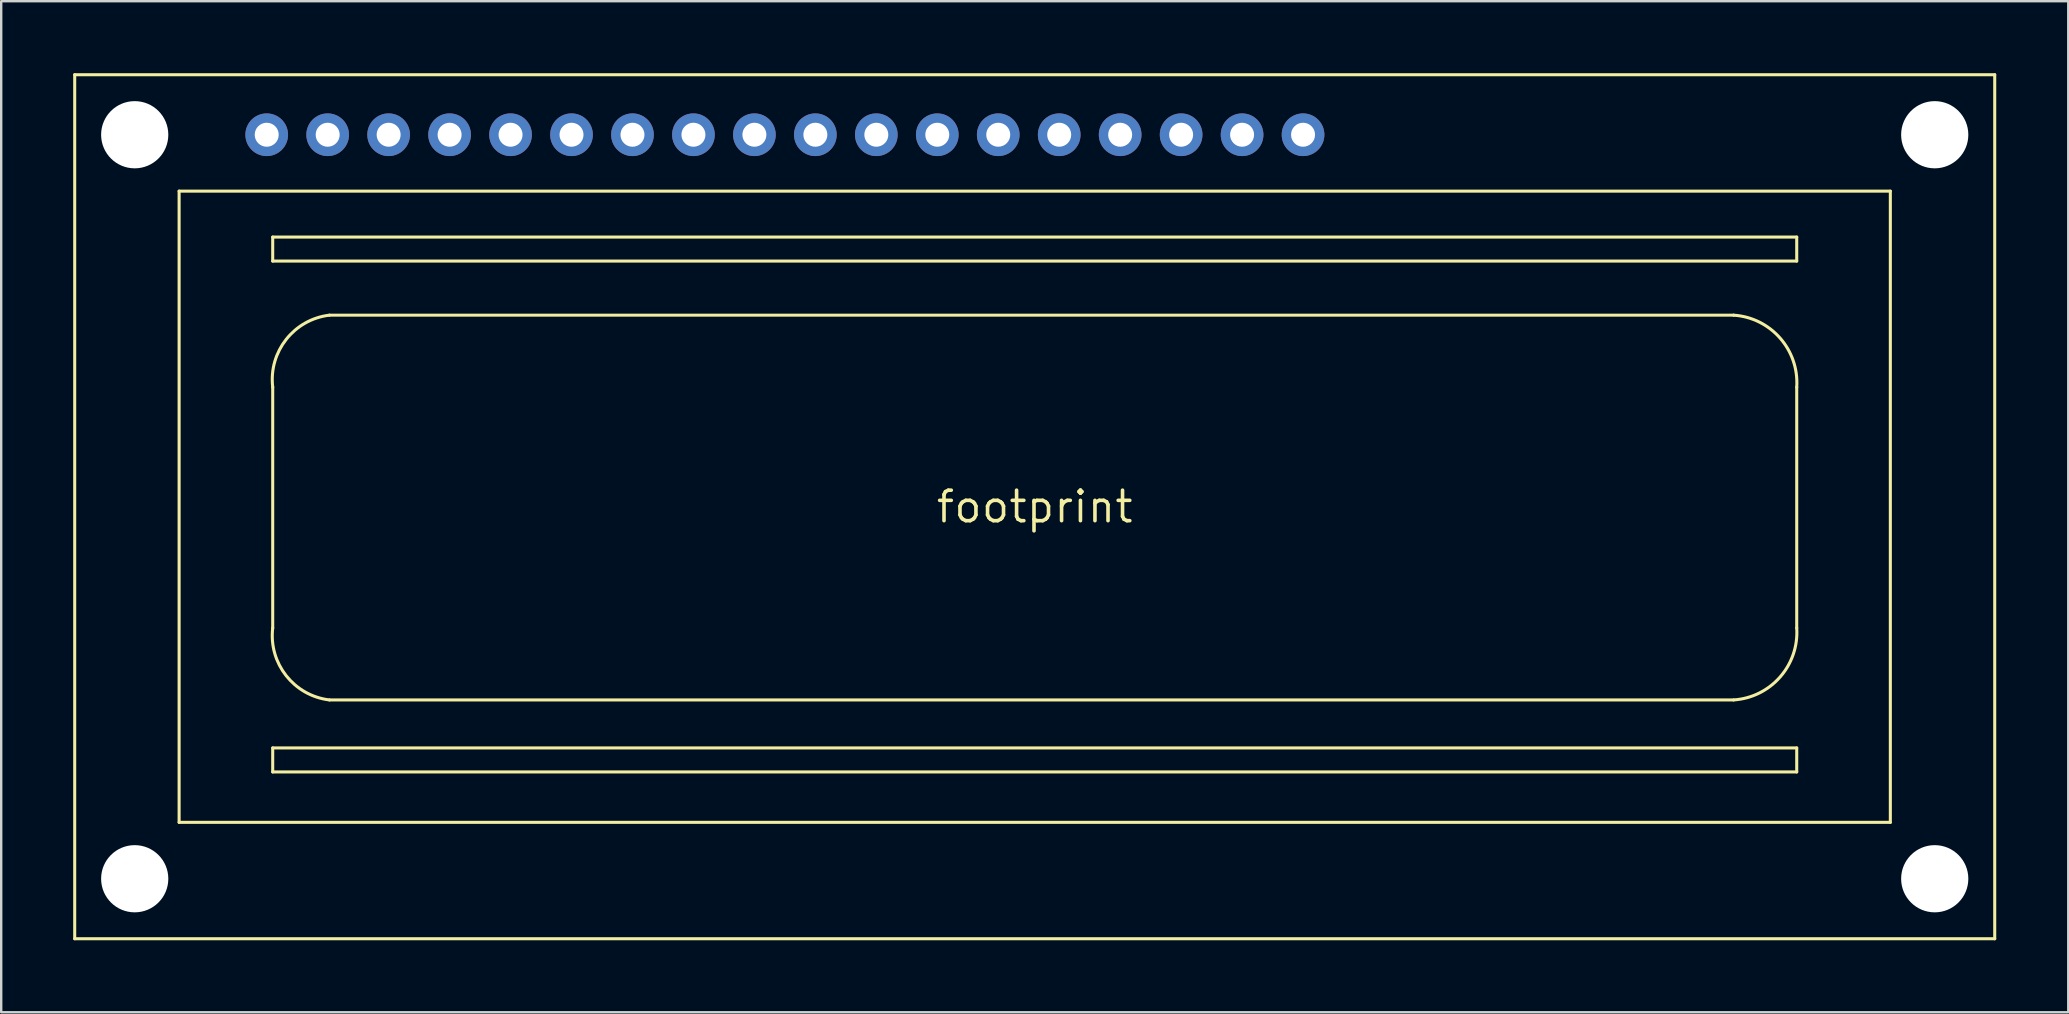
<source format=kicad_pcb>
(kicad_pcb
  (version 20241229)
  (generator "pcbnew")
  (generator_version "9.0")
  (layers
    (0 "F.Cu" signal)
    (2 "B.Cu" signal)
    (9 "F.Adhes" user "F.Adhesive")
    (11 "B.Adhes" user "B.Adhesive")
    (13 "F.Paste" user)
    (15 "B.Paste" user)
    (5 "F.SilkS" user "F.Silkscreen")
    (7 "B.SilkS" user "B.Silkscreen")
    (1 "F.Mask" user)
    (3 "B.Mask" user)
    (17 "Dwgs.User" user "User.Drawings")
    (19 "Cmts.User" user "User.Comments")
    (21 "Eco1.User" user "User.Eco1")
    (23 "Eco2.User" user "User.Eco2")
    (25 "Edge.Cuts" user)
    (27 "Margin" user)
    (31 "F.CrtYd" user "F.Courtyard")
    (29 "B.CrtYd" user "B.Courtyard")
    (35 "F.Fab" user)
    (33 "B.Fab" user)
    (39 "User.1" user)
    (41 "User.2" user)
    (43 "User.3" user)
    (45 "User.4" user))
  (footprint "footprint"
    (layer "F.Cu")
    (at 40.063 18.064)
    (property "Reference" "footprint" (at 0 0 0) (layer "F.SilkS") (effects (font (size 1.27 1.27) (thickness 0.15))))
    (fp_line (start -40 -18) (end -40 18) (stroke (width 0.127) (type solid)) (layer "F.SilkS"))
    (fp_line (start -40 18) (end 40 18) (stroke (width 0.127) (type solid)) (layer "F.SilkS"))
    (fp_line (start -35.65 -13.15) (end 35.65 -13.15) (stroke (width 0.127) (type solid)) (layer "F.SilkS"))
    (fp_line (start -35.65 13.15) (end -35.65 -13.15) (stroke (width 0.127) (type solid)) (layer "F.SilkS"))
    (fp_line (start -31.75 -11.236) (end 31.75 -11.236) (stroke (width 0.127) (type solid)) (layer "F.SilkS"))
    (fp_line (start -31.75 -10.236) (end -31.75 -11.236) (stroke (width 0.127) (type solid)) (layer "F.SilkS"))
    (fp_line (start -31.75 -4.982) (end -31.75 5.05) (stroke (width 0.127) (type solid)) (layer "F.SilkS"))
    (fp_line (start -31.75 10.05) (end -31.75 11.05) (stroke (width 0.127) (type solid)) (layer "F.SilkS"))
    (fp_line (start -31.75 11.05) (end 31.75 11.05) (stroke (width 0.127) (type solid)) (layer "F.SilkS"))
    (fp_line (start -29.386 8.05) (end 29.122 8.05) (stroke (width 0.127) (type solid)) (layer "F.SilkS"))
    (fp_line (start 29.122 -7.982) (end -29.386 -7.982) (stroke (width 0.127) (type solid)) (layer "F.SilkS"))
    (fp_line (start 31.75 -11.236) (end 31.75 -10.236) (stroke (width 0.127) (type solid)) (layer "F.SilkS"))
    (fp_line (start 31.75 -10.236) (end -31.75 -10.236) (stroke (width 0.127) (type solid)) (layer "F.SilkS"))
    (fp_line (start 31.75 5.05) (end 31.75 -4.982) (stroke (width 0.127) (type solid)) (layer "F.SilkS"))
    (fp_line (start 31.75 10.05) (end -31.75 10.05) (stroke (width 0.127) (type solid)) (layer "F.SilkS"))
    (fp_line (start 31.75 11.05) (end 31.75 10.05) (stroke (width 0.127) (type solid)) (layer "F.SilkS"))
    (fp_line (start 35.65 -13.15) (end 35.65 13.15) (stroke (width 0.127) (type solid)) (layer "F.SilkS"))
    (fp_line (start 35.65 13.15) (end -35.65 13.15) (stroke (width 0.127) (type solid)) (layer "F.SilkS"))
    (fp_line (start 40 -18) (end -40 -18) (stroke (width 0.127) (type solid)) (layer "F.SilkS"))
    (fp_line (start 40 18) (end 40 -18) (stroke (width 0.127) (type solid)) (layer "F.SilkS"))
    (fp_arc (start -31.75 -4.982) (mid -31.18932 -6.9716) (end -29.386 -7.982) (stroke (width 0.127) (type solid)) (layer "F.SilkS"))
    (fp_arc (start -29.386 8.05) (mid -31.18932 7.0396) (end -31.75 5.05) (stroke (width 0.127) (type solid)) (layer "F.SilkS"))
    (fp_arc (start 29.122 -7.982) (mid 31.05732 -7.026277) (end 31.75 -4.982) (stroke (width 0.127) (type solid)) (layer "F.SilkS"))
    (fp_arc (start 31.75 5.05) (mid 31.05732 7.094277) (end 29.122 8.05) (stroke (width 0.127) (type solid)) (layer "F.SilkS"))
    (pad "" np_thru_hole circle (at -37.5 -15.5) (size 2.8 2.8) (drill 2.8) (layers "*.Cu" "*.Mask"))
    (pad "" np_thru_hole circle (at -37.5 15.5) (size 2.8 2.8) (drill 2.8) (layers "*.Cu" "*.Mask"))
    (pad "" np_thru_hole circle (at 37.5 -15.5) (size 2.8 2.8) (drill 2.8) (layers "*.Cu" "*.Mask"))
    (pad "" np_thru_hole circle (at 37.5 15.5) (size 2.8 2.8) (drill 2.8) (layers "*.Cu" "*.Mask"))
    (pad "1" thru_hole circle (at -32 -15.5 90) (size 1.778 1.778) (drill 1) (layers "*.Cu" "*.Mask"))
    (pad "2" thru_hole circle (at -29.46 -15.5 90) (size 1.778 1.778) (drill 1) (layers "*.Cu" "*.Mask"))
    (pad "3" thru_hole circle (at -26.92 -15.5 90) (size 1.778 1.778) (drill 1) (layers "*.Cu" "*.Mask"))
    (pad "4" thru_hole circle (at -24.38 -15.5 90) (size 1.778 1.778) (drill 1) (layers "*.Cu" "*.Mask"))
    (pad "5" thru_hole circle (at -21.84 -15.5 90) (size 1.778 1.778) (drill 1) (layers "*.Cu" "*.Mask"))
    (pad "6" thru_hole circle (at -19.3 -15.5 90) (size 1.778 1.778) (drill 1) (layers "*.Cu" "*.Mask"))
    (pad "7" thru_hole circle (at -16.76 -15.5 90) (size 1.778 1.778) (drill 1) (layers "*.Cu" "*.Mask"))
    (pad "8" thru_hole circle (at -14.22 -15.5 90) (size 1.778 1.778) (drill 1) (layers "*.Cu" "*.Mask"))
    (pad "9" thru_hole circle (at -11.68 -15.5 90) (size 1.778 1.778) (drill 1) (layers "*.Cu" "*.Mask"))
    (pad "10" thru_hole circle (at -9.14 -15.5 90) (size 1.778 1.778) (drill 1) (layers "*.Cu" "*.Mask"))
    (pad "11" thru_hole circle (at -6.6 -15.5 90) (size 1.778 1.778) (drill 1) (layers "*.Cu" "*.Mask"))
    (pad "12" thru_hole circle (at -4.06 -15.5 90) (size 1.778 1.778) (drill 1) (layers "*.Cu" "*.Mask"))
    (pad "13" thru_hole circle (at -1.52 -15.5 90) (size 1.778 1.778) (drill 1) (layers "*.Cu" "*.Mask"))
    (pad "14" thru_hole circle (at 1.02 -15.5 90) (size 1.778 1.778) (drill 1) (layers "*.Cu" "*.Mask"))
    (pad "15" thru_hole circle (at 3.56 -15.5 90) (size 1.778 1.778) (drill 1) (layers "*.Cu" "*.Mask"))
    (pad "16" thru_hole circle (at 6.1 -15.5 90) (size 1.778 1.778) (drill 1) (layers "*.Cu" "*.Mask"))
    (pad "17" thru_hole circle (at 8.64 -15.5 90) (size 1.778 1.778) (drill 1) (layers "*.Cu" "*.Mask"))
    (pad "18" thru_hole circle (at 11.18 -15.5 90) (size 1.778 1.778) (drill 1) (layers "*.Cu" "*.Mask"))
    (zone (net_name "") (layers "F.Cu" "B.Cu") (hatch edge 0.508) (connect_pads) (min_thickness 0.254) (filled_areas_thickness no) (keepout (tracks allowed) (vias not_allowed) (pads allowed) (copperpour allowed) (footprints allowed)) (placement (enabled no)) (fill) (polygon (pts (xy 8.063 8.063) (xy 72.064 8.063) (xy 72.064 3.063) (xy 8.063 3.063))))
    (zone (net_name "") (layers "F.Cu" "B.Cu") (hatch edge 0.508) (connect_pads) (min_thickness 0.254) (filled_areas_thickness no) (keepout (tracks allowed) (vias not_allowed) (pads allowed) (copperpour allowed) (footprints allowed)) (placement (enabled no)) (fill) (polygon (pts (xy 8.063 33.063) (xy 72.064 33.063) (xy 72.064 28.064) (xy 8.063 28.064)))))
  (gr_rect
    (start -3 -3)
    (end 83.127 39.127)
    (stroke (width 0.1) (type default))
    (fill no)
    (layer "Edge.Cuts")))
</source>
